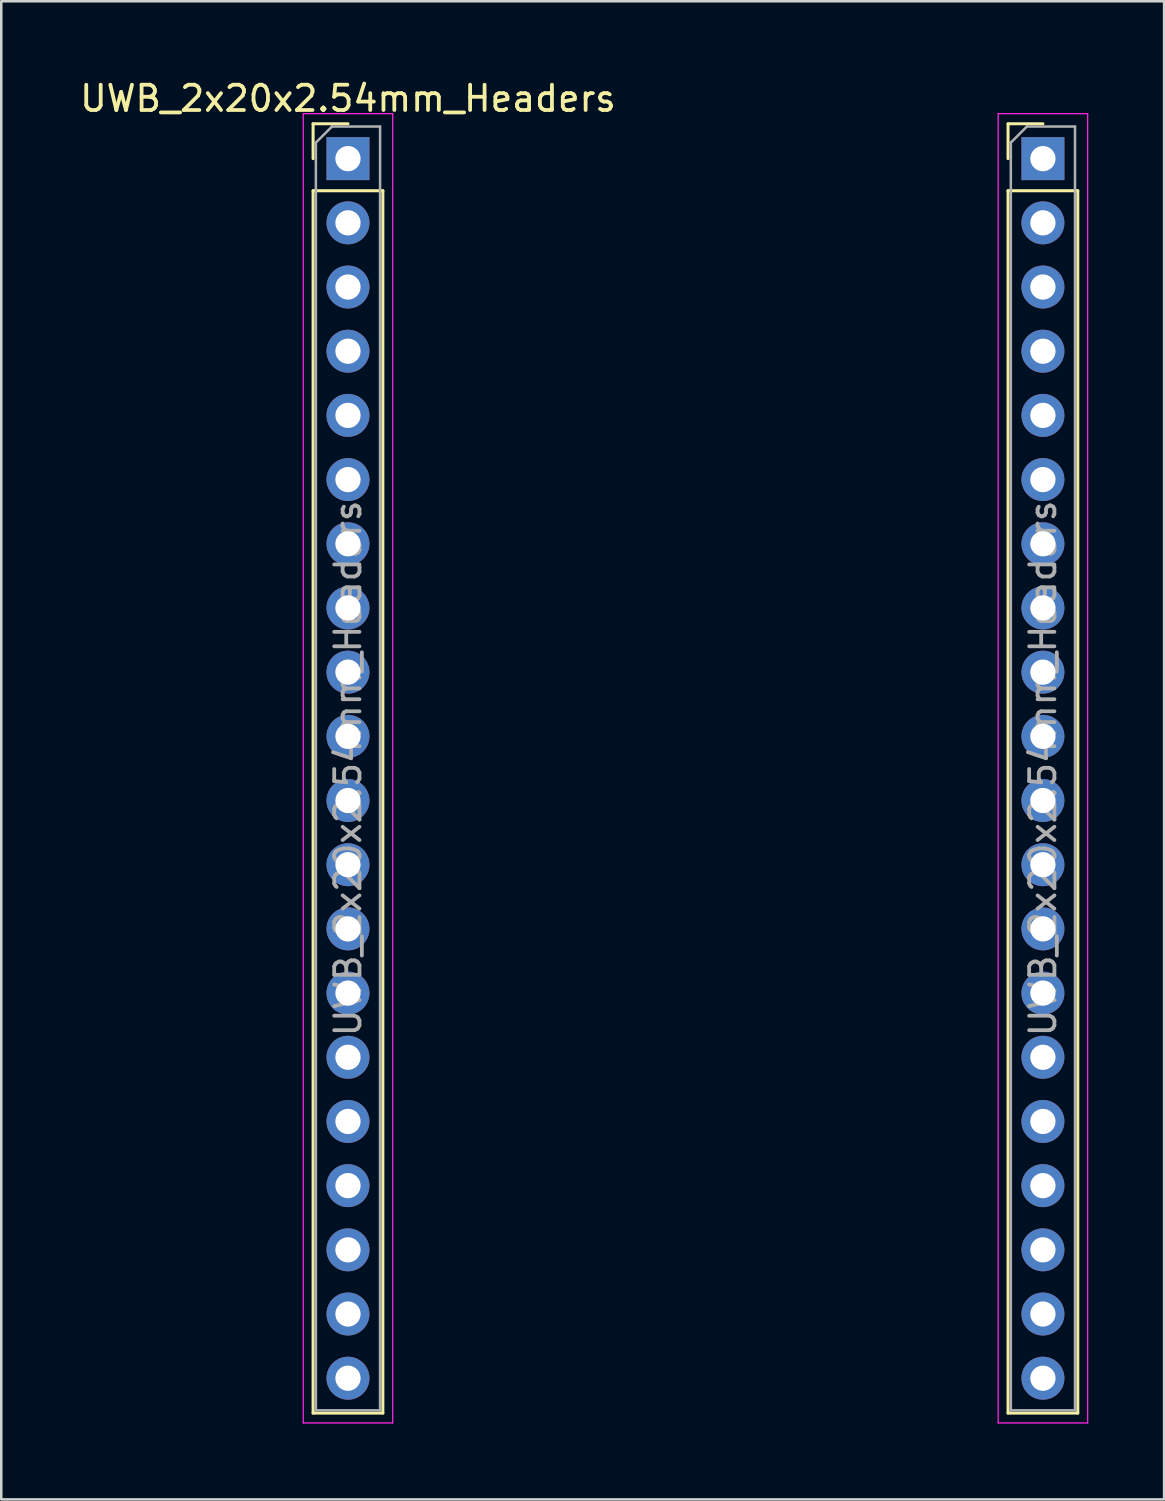
<source format=kicad_pcb>
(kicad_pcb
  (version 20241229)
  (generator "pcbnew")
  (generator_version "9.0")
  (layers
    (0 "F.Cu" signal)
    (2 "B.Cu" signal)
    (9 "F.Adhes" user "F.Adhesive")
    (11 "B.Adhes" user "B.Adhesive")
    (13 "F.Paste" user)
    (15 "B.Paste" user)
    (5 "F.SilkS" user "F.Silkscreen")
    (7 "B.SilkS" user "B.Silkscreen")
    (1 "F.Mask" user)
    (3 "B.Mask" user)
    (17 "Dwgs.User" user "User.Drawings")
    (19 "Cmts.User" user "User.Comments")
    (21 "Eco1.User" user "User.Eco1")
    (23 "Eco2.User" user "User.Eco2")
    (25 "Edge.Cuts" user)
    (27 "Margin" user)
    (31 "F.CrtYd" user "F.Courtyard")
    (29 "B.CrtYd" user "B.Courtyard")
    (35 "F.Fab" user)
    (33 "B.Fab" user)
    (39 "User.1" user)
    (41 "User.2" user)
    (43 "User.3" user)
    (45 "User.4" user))
  (footprint "UWB_2x20x2.54mm_Headers"
    (layer "F.Cu")
    (at 10.72 3.228)
    (property "Reference" "UWB_2x20x2.54mm_Headers" (at 0 -2.38 0) (layer "F.SilkS") (effects (font (size 1 1) (thickness 0.15))))
    (attr through_hole)
    (fp_line (start -1.38 -1.38) (end 0 -1.38) (stroke (width 0.12) (type solid)) (layer "F.SilkS"))
    (fp_line (start -1.38 0) (end -1.38 -1.38) (stroke (width 0.12) (type solid)) (layer "F.SilkS"))
    (fp_line (start -1.38 1.27) (end -1.38 49.64) (stroke (width 0.12) (type solid)) (layer "F.SilkS"))
    (fp_line (start -1.38 1.27) (end 1.38 1.27) (stroke (width 0.12) (type solid)) (layer "F.SilkS"))
    (fp_line (start -1.38 49.64) (end 1.38 49.64) (stroke (width 0.12) (type solid)) (layer "F.SilkS"))
    (fp_line (start 1.38 1.27) (end 1.38 49.64) (stroke (width 0.12) (type solid)) (layer "F.SilkS"))
    (fp_line (start 26.12 -1.38) (end 27.5 -1.38) (stroke (width 0.12) (type solid)) (layer "F.SilkS"))
    (fp_line (start 26.12 0) (end 26.12 -1.38) (stroke (width 0.12) (type solid)) (layer "F.SilkS"))
    (fp_line (start 26.12 1.27) (end 26.12 49.64) (stroke (width 0.12) (type solid)) (layer "F.SilkS"))
    (fp_line (start 26.12 1.27) (end 28.88 1.27) (stroke (width 0.12) (type solid)) (layer "F.SilkS"))
    (fp_line (start 26.12 49.64) (end 28.88 49.64) (stroke (width 0.12) (type solid)) (layer "F.SilkS"))
    (fp_line (start 28.88 1.27) (end 28.88 49.64) (stroke (width 0.12) (type solid)) (layer "F.SilkS"))
    (fp_line (start -1.77 -1.78) (end -1.77 50.03) (stroke (width 0.05) (type solid)) (layer "F.CrtYd"))
    (fp_line (start -1.77 50.03) (end 1.77 50.03) (stroke (width 0.05) (type solid)) (layer "F.CrtYd"))
    (fp_line (start 1.77 -1.78) (end -1.77 -1.78) (stroke (width 0.05) (type solid)) (layer "F.CrtYd"))
    (fp_line (start 1.77 50.03) (end 1.77 -1.78) (stroke (width 0.05) (type solid)) (layer "F.CrtYd"))
    (fp_line (start 25.73 -1.78) (end 25.73 50.03) (stroke (width 0.05) (type solid)) (layer "F.CrtYd"))
    (fp_line (start 25.73 50.03) (end 29.27 50.03) (stroke (width 0.05) (type solid)) (layer "F.CrtYd"))
    (fp_line (start 29.27 -1.78) (end 25.73 -1.78) (stroke (width 0.05) (type solid)) (layer "F.CrtYd"))
    (fp_line (start 29.27 50.03) (end 29.27 -1.78) (stroke (width 0.05) (type solid)) (layer "F.CrtYd"))
    (fp_line (start -1.27 -0.635) (end -0.635 -1.27) (stroke (width 0.1) (type solid)) (layer "F.Fab"))
    (fp_line (start -1.27 49.53) (end -1.27 -0.635) (stroke (width 0.1) (type solid)) (layer "F.Fab"))
    (fp_line (start -0.635 -1.27) (end 1.27 -1.27) (stroke (width 0.1) (type solid)) (layer "F.Fab"))
    (fp_line (start 1.27 -1.27) (end 1.27 49.53) (stroke (width 0.1) (type solid)) (layer "F.Fab"))
    (fp_line (start 1.27 49.53) (end -1.27 49.53) (stroke (width 0.1) (type solid)) (layer "F.Fab"))
    (fp_line (start 26.23 -0.635) (end 26.865 -1.27) (stroke (width 0.1) (type solid)) (layer "F.Fab"))
    (fp_line (start 26.23 49.53) (end 26.23 -0.635) (stroke (width 0.1) (type solid)) (layer "F.Fab"))
    (fp_line (start 26.865 -1.27) (end 28.77 -1.27) (stroke (width 0.1) (type solid)) (layer "F.Fab"))
    (fp_line (start 28.77 -1.27) (end 28.77 49.53) (stroke (width 0.1) (type solid)) (layer "F.Fab"))
    (fp_line (start 28.77 49.53) (end 26.23 49.53) (stroke (width 0.1) (type solid)) (layer "F.Fab"))
    (fp_text user "${REFERENCE}" (at 0 24.13 90) (layer "F.Fab") (effects (font (size 1 1) (thickness 0.15))))
    (fp_text user "${REFERENCE}" (at 27.5 24.13 90) (layer "F.Fab") (effects (font (size 1 1) (thickness 0.15))))
    (pad "1" thru_hole rect (at 0 0) (size 1.7 1.7) (drill 1) (layers "*.Cu" "*.Mask"))
    (pad "2" thru_hole circle (at 0 2.54) (size 1.7 1.7) (drill 1) (layers "*.Cu" "*.Mask"))
    (pad "3" thru_hole circle (at 0 5.08) (size 1.7 1.7) (drill 1) (layers "*.Cu" "*.Mask"))
    (pad "4" thru_hole circle (at 0 7.62) (size 1.7 1.7) (drill 1) (layers "*.Cu" "*.Mask"))
    (pad "5" thru_hole circle (at 0 10.16) (size 1.7 1.7) (drill 1) (layers "*.Cu" "*.Mask"))
    (pad "6" thru_hole circle (at 0 12.7) (size 1.7 1.7) (drill 1) (layers "*.Cu" "*.Mask"))
    (pad "7" thru_hole circle (at 0 15.24) (size 1.7 1.7) (drill 1) (layers "*.Cu" "*.Mask"))
    (pad "8" thru_hole circle (at 0 17.78) (size 1.7 1.7) (drill 1) (layers "*.Cu" "*.Mask"))
    (pad "9" thru_hole circle (at 0 20.32) (size 1.7 1.7) (drill 1) (layers "*.Cu" "*.Mask"))
    (pad "10" thru_hole circle (at 0 22.86) (size 1.7 1.7) (drill 1) (layers "*.Cu" "*.Mask"))
    (pad "11" thru_hole circle (at 0 25.4) (size 1.7 1.7) (drill 1) (layers "*.Cu" "*.Mask"))
    (pad "12" thru_hole circle (at 0 27.94) (size 1.7 1.7) (drill 1) (layers "*.Cu" "*.Mask"))
    (pad "13" thru_hole circle (at 0 30.48) (size 1.7 1.7) (drill 1) (layers "*.Cu" "*.Mask"))
    (pad "14" thru_hole circle (at 0 33.02) (size 1.7 1.7) (drill 1) (layers "*.Cu" "*.Mask"))
    (pad "15" thru_hole circle (at 0 35.56) (size 1.7 1.7) (drill 1) (layers "*.Cu" "*.Mask"))
    (pad "16" thru_hole circle (at 0 38.1) (size 1.7 1.7) (drill 1) (layers "*.Cu" "*.Mask"))
    (pad "17" thru_hole circle (at 0 40.64) (size 1.7 1.7) (drill 1) (layers "*.Cu" "*.Mask"))
    (pad "18" thru_hole circle (at 0 43.18) (size 1.7 1.7) (drill 1) (layers "*.Cu" "*.Mask"))
    (pad "19" thru_hole circle (at 0 45.72) (size 1.7 1.7) (drill 1) (layers "*.Cu" "*.Mask"))
    (pad "20" thru_hole circle (at 0 48.26) (size 1.7 1.7) (drill 1) (layers "*.Cu" "*.Mask"))
    (pad "21" thru_hole rect (at 27.5 0) (size 1.7 1.7) (drill 1) (layers "*.Cu" "*.Mask"))
    (pad "22" thru_hole circle (at 27.5 2.54) (size 1.7 1.7) (drill 1) (layers "*.Cu" "*.Mask"))
    (pad "23" thru_hole circle (at 27.5 5.08) (size 1.7 1.7) (drill 1) (layers "*.Cu" "*.Mask"))
    (pad "24" thru_hole circle (at 27.5 7.62) (size 1.7 1.7) (drill 1) (layers "*.Cu" "*.Mask"))
    (pad "25" thru_hole circle (at 27.5 10.16) (size 1.7 1.7) (drill 1) (layers "*.Cu" "*.Mask"))
    (pad "26" thru_hole circle (at 27.5 12.7) (size 1.7 1.7) (drill 1) (layers "*.Cu" "*.Mask"))
    (pad "27" thru_hole circle (at 27.5 15.24) (size 1.7 1.7) (drill 1) (layers "*.Cu" "*.Mask"))
    (pad "28" thru_hole circle (at 27.5 17.78) (size 1.7 1.7) (drill 1) (layers "*.Cu" "*.Mask"))
    (pad "29" thru_hole circle (at 27.5 20.32) (size 1.7 1.7) (drill 1) (layers "*.Cu" "*.Mask"))
    (pad "30" thru_hole circle (at 27.5 22.86) (size 1.7 1.7) (drill 1) (layers "*.Cu" "*.Mask"))
    (pad "31" thru_hole circle (at 27.5 25.4) (size 1.7 1.7) (drill 1) (layers "*.Cu" "*.Mask"))
    (pad "32" thru_hole circle (at 27.5 27.94) (size 1.7 1.7) (drill 1) (layers "*.Cu" "*.Mask"))
    (pad "33" thru_hole circle (at 27.5 30.48) (size 1.7 1.7) (drill 1) (layers "*.Cu" "*.Mask"))
    (pad "34" thru_hole circle (at 27.5 33.02) (size 1.7 1.7) (drill 1) (layers "*.Cu" "*.Mask"))
    (pad "35" thru_hole circle (at 27.5 35.56) (size 1.7 1.7) (drill 1) (layers "*.Cu" "*.Mask"))
    (pad "36" thru_hole circle (at 27.5 38.1) (size 1.7 1.7) (drill 1) (layers "*.Cu" "*.Mask"))
    (pad "37" thru_hole circle (at 27.5 40.64) (size 1.7 1.7) (drill 1) (layers "*.Cu" "*.Mask"))
    (pad "38" thru_hole circle (at 27.5 43.18) (size 1.7 1.7) (drill 1) (layers "*.Cu" "*.Mask"))
    (pad "39" thru_hole circle (at 27.5 45.72) (size 1.7 1.7) (drill 1) (layers "*.Cu" "*.Mask"))
    (pad "40" thru_hole circle (at 27.5 48.26) (size 1.7 1.7) (drill 1) (layers "*.Cu" "*.Mask")))
  (gr_rect
    (start -3 -3)
    (end 43.015 56.283)
    (stroke (width 0.1) (type default))
    (fill no)
    (layer "Edge.Cuts")))
</source>
